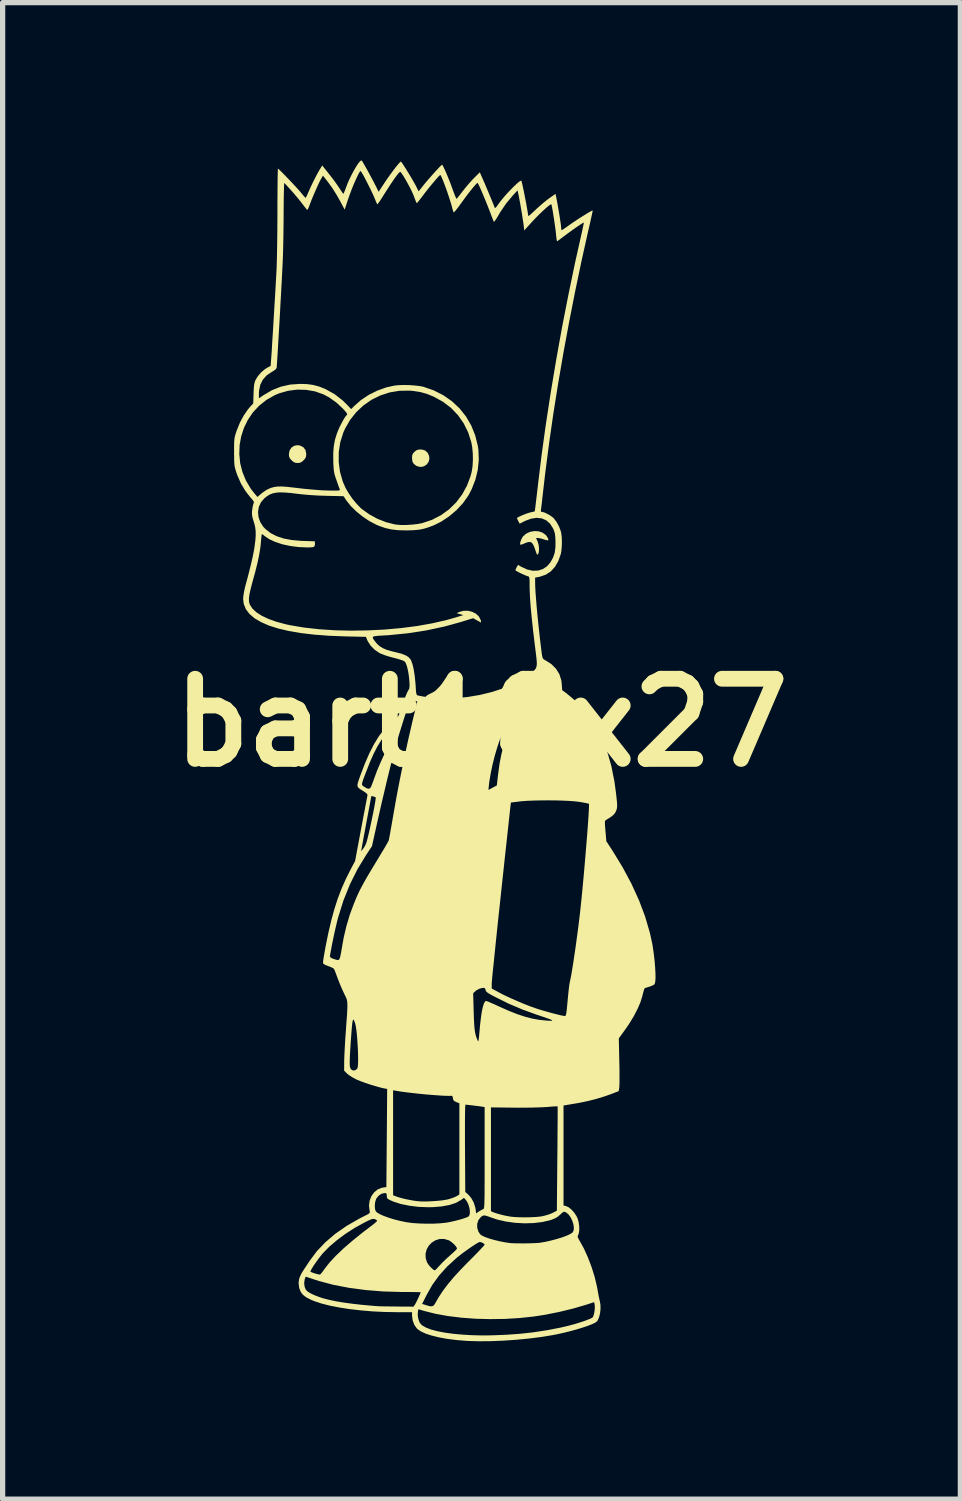
<source format=kicad_pcb>
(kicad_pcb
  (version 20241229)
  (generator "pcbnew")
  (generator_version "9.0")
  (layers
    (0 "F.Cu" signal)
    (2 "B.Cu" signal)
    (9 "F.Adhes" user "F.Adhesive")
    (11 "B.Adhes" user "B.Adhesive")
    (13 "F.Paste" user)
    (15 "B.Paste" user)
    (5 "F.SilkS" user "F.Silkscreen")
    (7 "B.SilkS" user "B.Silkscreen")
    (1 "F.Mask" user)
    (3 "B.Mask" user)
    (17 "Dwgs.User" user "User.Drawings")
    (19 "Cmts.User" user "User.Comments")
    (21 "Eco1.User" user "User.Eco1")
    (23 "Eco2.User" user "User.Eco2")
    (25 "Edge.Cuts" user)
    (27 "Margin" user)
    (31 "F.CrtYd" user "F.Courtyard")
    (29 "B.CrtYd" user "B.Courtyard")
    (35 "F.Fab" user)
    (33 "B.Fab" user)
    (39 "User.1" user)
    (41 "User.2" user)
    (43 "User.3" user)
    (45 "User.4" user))
  (footprint "bart18x27"
    (layer "F.Cu")
    (at 6.103 10.688)
    (property "Reference" "bart18x27" (at 0 0 0) (layer "F.SilkS") (effects (font (size 1.524 1.524) (thickness 0.3))))
    (attr board_only exclude_from_pos_files exclude_from_bom)
    (fp_poly (pts (xy -3.443 -5.266) (xy -3.382 -5.232) (xy -3.345 -5.18) (xy -3.331 -5.11) (xy -3.331 -5.105) (xy -3.335 -5.058) (xy -3.351 -5.022) (xy -3.382 -4.987) (xy -3.421 -4.954) (xy -3.458 -4.939) (xy -3.496 -4.936) (xy -3.542 -4.941) (xy -3.578 -4.959) (xy -3.61 -4.987) (xy -3.643 -5.025) (xy -3.658 -5.062) (xy -3.661 -5.105) (xy -3.648 -5.174) (xy -3.613 -5.228) (xy -3.562 -5.263) (xy -3.498 -5.275)) (stroke (width 0) (type solid)) (fill yes) (layer "F.SilkS"))
    (fp_poly (pts (xy -1.133 -5.192) (xy -1.071 -5.174) (xy -1.024 -5.132) (xy -0.996 -5.071) (xy -0.99 -5.018) (xy -1.004 -4.96) (xy -1.04 -4.909) (xy -1.092 -4.874) (xy -1.15 -4.861) (xy -1.199 -4.868) (xy -1.242 -4.884) (xy -1.246 -4.887) (xy -1.289 -4.923) (xy -1.312 -4.962) (xy -1.319 -5.016) (xy -1.32 -5.031) (xy -1.317 -5.081) (xy -1.302 -5.117) (xy -1.276 -5.147) (xy -1.237 -5.178) (xy -1.192 -5.192)) (stroke (width 0) (type solid)) (fill yes) (layer "F.SilkS"))
    (fp_poly (pts (xy 1.085 -3.638) (xy 1.158 -3.614) (xy 1.218 -3.572) (xy 1.245 -3.538) (xy 1.269 -3.494) (xy 1.273 -3.47) (xy 1.255 -3.465) (xy 1.212 -3.475) (xy 1.193 -3.482) (xy 1.141 -3.498) (xy 1.095 -3.508) (xy 1.074 -3.511) (xy 1.037 -3.511) (xy 1.066 -3.447) (xy 1.084 -3.39) (xy 1.093 -3.326) (xy 1.093 -3.265) (xy 1.083 -3.218) (xy 1.076 -3.205) (xy 1.064 -3.193) (xy 1.054 -3.198) (xy 1.043 -3.225) (xy 1.029 -3.266) (xy 1.001 -3.346) (xy 0.975 -3.399) (xy 0.946 -3.429) (xy 0.909 -3.436) (xy 0.862 -3.426) (xy 0.812 -3.405) (xy 0.772 -3.389) (xy 0.745 -3.382) (xy 0.739 -3.382) (xy 0.734 -3.405) (xy 0.742 -3.444) (xy 0.759 -3.488) (xy 0.782 -3.529) (xy 0.791 -3.542) (xy 0.852 -3.595) (xy 0.926 -3.628) (xy 1.005 -3.642)) (stroke (width 0) (type solid)) (fill yes) (layer "F.SilkS"))
    (fp_poly (pts (xy -2.267 -10.673) (xy -2.245 -10.636) (xy -2.214 -10.582) (xy -2.176 -10.515) (xy -2.136 -10.442) (xy -2.095 -10.365) (xy -2.055 -10.291) (xy -2.021 -10.224) (xy -2.006 -10.196) (xy -1.955 -10.092) (xy -1.843 -10.263) (xy -1.795 -10.334) (xy -1.743 -10.408) (xy -1.69 -10.48) (xy -1.641 -10.545) (xy -1.596 -10.601) (xy -1.561 -10.642) (xy -1.538 -10.664) (xy -1.532 -10.667) (xy -1.521 -10.655) (xy -1.497 -10.621) (xy -1.465 -10.572) (xy -1.426 -10.51) (xy -1.384 -10.442) (xy -1.341 -10.371) (xy -1.302 -10.304) (xy -1.268 -10.244) (xy -1.242 -10.196) (xy -1.237 -10.185) (xy -1.195 -10.1) (xy -1.098 -10.222) (xy -1.054 -10.276) (xy -1.002 -10.336) (xy -0.947 -10.399) (xy -0.892 -10.461) (xy -0.841 -10.516) (xy -0.798 -10.562) (xy -0.766 -10.593) (xy -0.749 -10.607) (xy -0.749 -10.607) (xy -0.738 -10.594) (xy -0.719 -10.557) (xy -0.693 -10.502) (xy -0.663 -10.433) (xy -0.631 -10.355) (xy -0.598 -10.273) (xy -0.567 -10.19) (xy -0.547 -10.134) (xy -0.522 -10.067) (xy -0.501 -10.012) (xy -0.484 -9.974) (xy -0.475 -9.958) (xy -0.474 -9.958) (xy -0.462 -9.971) (xy -0.435 -10.003) (xy -0.399 -10.049) (xy -0.356 -10.105) (xy -0.353 -10.108) (xy -0.297 -10.179) (xy -0.234 -10.253) (xy -0.173 -10.321) (xy -0.137 -10.358) (xy -0.032 -10.462) (xy 0.008 -10.373) (xy 0.033 -10.315) (xy 0.065 -10.243) (xy 0.099 -10.162) (xy 0.134 -10.078) (xy 0.168 -9.996) (xy 0.199 -9.922) (xy 0.224 -9.861) (xy 0.241 -9.818) (xy 0.247 -9.8) (xy 0.254 -9.786) (xy 0.263 -9.785) (xy 0.28 -9.801) (xy 0.307 -9.837) (xy 0.332 -9.872) (xy 0.376 -9.93) (xy 0.429 -9.994) (xy 0.487 -10.06) (xy 0.548 -10.125) (xy 0.607 -10.185) (xy 0.661 -10.236) (xy 0.706 -10.276) (xy 0.74 -10.299) (xy 0.758 -10.304) (xy 0.759 -10.303) (xy 0.764 -10.286) (xy 0.774 -10.245) (xy 0.787 -10.185) (xy 0.803 -10.111) (xy 0.819 -10.029) (xy 0.836 -9.943) (xy 0.852 -9.86) (xy 0.865 -9.784) (xy 0.876 -9.721) (xy 0.883 -9.676) (xy 0.885 -9.657) (xy 0.886 -9.641) (xy 0.892 -9.634) (xy 0.906 -9.64) (xy 0.931 -9.66) (xy 0.971 -9.696) (xy 1.029 -9.75) (xy 1.033 -9.755) (xy 1.101 -9.816) (xy 1.173 -9.878) (xy 1.241 -9.934) (xy 1.295 -9.974) (xy 1.408 -10.052) (xy 1.424 -9.973) (xy 1.437 -9.907) (xy 1.451 -9.828) (xy 1.466 -9.741) (xy 1.481 -9.653) (xy 1.494 -9.57) (xy 1.505 -9.497) (xy 1.512 -9.441) (xy 1.515 -9.408) (xy 1.515 -9.406) (xy 1.518 -9.375) (xy 1.524 -9.362) (xy 1.539 -9.37) (xy 1.573 -9.392) (xy 1.62 -9.424) (xy 1.655 -9.449) (xy 1.729 -9.501) (xy 1.806 -9.553) (xy 1.883 -9.603) (xy 1.955 -9.648) (xy 2.018 -9.687) (xy 2.068 -9.716) (xy 2.102 -9.734) (xy 2.115 -9.737) (xy 2.115 -9.736) (xy 2.112 -9.718) (xy 2.103 -9.675) (xy 2.089 -9.611) (xy 2.071 -9.53) (xy 2.05 -9.437) (xy 2.033 -9.365) (xy 1.904 -8.786) (xy 1.781 -8.199) (xy 1.665 -7.609) (xy 1.556 -7.02) (xy 1.456 -6.438) (xy 1.365 -5.865) (xy 1.285 -5.307) (xy 1.215 -4.769) (xy 1.163 -4.321) (xy 1.154 -4.239) (xy 1.146 -4.164) (xy 1.138 -4.103) (xy 1.133 -4.062) (xy 1.132 -4.055) (xy 1.129 -4.021) (xy 1.139 -4.007) (xy 1.151 -4.006) (xy 1.192 -3.997) (xy 1.245 -3.973) (xy 1.302 -3.941) (xy 1.352 -3.905) (xy 1.375 -3.884) (xy 1.427 -3.816) (xy 1.473 -3.732) (xy 1.507 -3.643) (xy 1.514 -3.615) (xy 1.525 -3.541) (xy 1.529 -3.451) (xy 1.527 -3.355) (xy 1.519 -3.266) (xy 1.508 -3.206) (xy 1.461 -3.073) (xy 1.397 -2.962) (xy 1.317 -2.875) (xy 1.221 -2.812) (xy 1.111 -2.775) (xy 1.108 -2.774) (xy 1.02 -2.757) (xy 1.02 -2.665) (xy 1.022 -2.581) (xy 1.028 -2.472) (xy 1.038 -2.342) (xy 1.05 -2.195) (xy 1.065 -2.034) (xy 1.082 -1.865) (xy 1.101 -1.691) (xy 1.121 -1.517) (xy 1.142 -1.347) (xy 1.142 -1.346) (xy 1.151 -1.283) (xy 1.159 -1.242) (xy 1.17 -1.218) (xy 1.186 -1.202) (xy 1.211 -1.187) (xy 1.215 -1.186) (xy 1.329 -1.113) (xy 1.417 -1.025) (xy 1.481 -0.922) (xy 1.518 -0.804) (xy 1.526 -0.736) (xy 1.534 -0.618) (xy 1.611 -0.562) (xy 1.798 -0.406) (xy 1.963 -0.233) (xy 2.107 -0.041) (xy 2.232 0.172) (xy 2.338 0.407) (xy 2.393 0.558) (xy 2.469 0.825) (xy 2.527 1.115) (xy 2.557 1.335) (xy 2.568 1.436) (xy 2.576 1.511) (xy 2.579 1.567) (xy 2.577 1.609) (xy 2.572 1.642) (xy 2.562 1.671) (xy 2.55 1.697) (xy 2.533 1.726) (xy 2.511 1.751) (xy 2.48 1.778) (xy 2.433 1.81) (xy 2.365 1.852) (xy 2.364 1.853) (xy 2.354 1.862) (xy 2.348 1.877) (xy 2.346 1.904) (xy 2.348 1.947) (xy 2.353 2.012) (xy 2.357 2.061) (xy 2.374 2.255) (xy 2.483 2.421) (xy 2.68 2.743) (xy 2.851 3.062) (xy 2.995 3.378) (xy 3.112 3.688) (xy 3.201 3.993) (xy 3.248 4.207) (xy 3.264 4.309) (xy 3.279 4.421) (xy 3.292 4.536) (xy 3.301 4.648) (xy 3.307 4.751) (xy 3.309 4.837) (xy 3.306 4.901) (xy 3.305 4.905) (xy 3.299 4.948) (xy 3.289 4.973) (xy 3.266 4.99) (xy 3.224 5.007) (xy 3.216 5.011) (xy 3.169 5.027) (xy 3.134 5.038) (xy 3.121 5.041) (xy 3.108 5.045) (xy 3.097 5.06) (xy 3.086 5.092) (xy 3.071 5.145) (xy 3.059 5.195) (xy 3.024 5.31) (xy 2.969 5.438) (xy 2.899 5.574) (xy 2.816 5.712) (xy 2.739 5.825) (xy 2.611 6.002) (xy 2.62 6.433) (xy 2.623 6.547) (xy 2.624 6.656) (xy 2.624 6.753) (xy 2.624 6.834) (xy 2.622 6.896) (xy 2.62 6.932) (xy 2.62 6.934) (xy 2.609 7.005) (xy 2.456 7.064) (xy 2.324 7.11) (xy 2.174 7.155) (xy 2.016 7.195) (xy 1.862 7.227) (xy 1.8 7.238) (xy 1.732 7.249) (xy 1.67 7.26) (xy 1.623 7.267) (xy 1.609 7.27) (xy 1.56 7.278) (xy 1.56 9.179) (xy 1.608 9.19) (xy 1.657 9.213) (xy 1.711 9.257) (xy 1.763 9.315) (xy 1.806 9.38) (xy 1.828 9.427) (xy 1.848 9.499) (xy 1.858 9.576) (xy 1.859 9.65) (xy 1.849 9.712) (xy 1.839 9.736) (xy 1.829 9.76) (xy 1.831 9.783) (xy 1.846 9.816) (xy 1.862 9.843) (xy 1.946 9.994) (xy 2.024 10.167) (xy 2.094 10.351) (xy 2.152 10.538) (xy 2.195 10.719) (xy 2.204 10.765) (xy 2.217 10.84) (xy 2.23 10.91) (xy 2.242 10.965) (xy 2.25 10.997) (xy 2.262 11.068) (xy 2.263 11.148) (xy 2.254 11.23) (xy 2.235 11.305) (xy 2.209 11.364) (xy 2.192 11.386) (xy 2.156 11.41) (xy 2.095 11.438) (xy 2.013 11.47) (xy 1.914 11.503) (xy 1.802 11.537) (xy 1.68 11.57) (xy 1.554 11.601) (xy 1.426 11.629) (xy 1.365 11.641) (xy 1.149 11.677) (xy 0.914 11.707) (xy 0.67 11.731) (xy 0.423 11.748) (xy 0.181 11.758) (xy -0.048 11.76) (xy -0.258 11.754) (xy -0.293 11.752) (xy -0.481 11.736) (xy -0.655 11.714) (xy -0.812 11.685) (xy -0.95 11.651) (xy -1.066 11.613) (xy -1.157 11.57) (xy -1.222 11.524) (xy -1.227 11.518) (xy -1.277 11.448) (xy -1.309 11.361) (xy -1.32 11.273) (xy -1.32 11.264) (xy -1.212 11.264) (xy -1.2 11.339) (xy -1.175 11.405) (xy -1.171 11.412) (xy -1.128 11.458) (xy -1.056 11.499) (xy -0.959 11.537) (xy -0.837 11.569) (xy -0.692 11.597) (xy -0.527 11.619) (xy -0.343 11.635) (xy -0.225 11.642) (xy -0.125 11.646) (xy -0.034 11.648) (xy 0.056 11.649) (xy 0.15 11.648) (xy 0.256 11.645) (xy 0.38 11.64) (xy 0.495 11.635) (xy 0.741 11.617) (xy 1 11.588) (xy 1.259 11.548) (xy 1.509 11.499) (xy 1.673 11.46) (xy 1.76 11.436) (xy 1.849 11.409) (xy 1.934 11.382) (xy 2.009 11.355) (xy 2.068 11.331) (xy 2.105 11.313) (xy 2.111 11.309) (xy 2.126 11.283) (xy 2.14 11.237) (xy 2.15 11.181) (xy 2.155 11.124) (xy 2.153 11.076) (xy 2.153 11.073) (xy 2.143 11.016) (xy 1.989 11.066) (xy 1.743 11.138) (xy 1.48 11.202) (xy 1.211 11.256) (xy 0.998 11.289) (xy 0.726 11.318) (xy 0.448 11.335) (xy 0.168 11.339) (xy -0.109 11.332) (xy -0.378 11.312) (xy -0.634 11.281) (xy -0.872 11.238) (xy -1.076 11.187) (xy -1.199 11.151) (xy -1.208 11.196) (xy -1.212 11.264) (xy -1.32 11.264) (xy -1.32 11.207) (xy -1.609 11.207) (xy -1.841 11.203) (xy -2.07 11.192) (xy -2.292 11.173) (xy -2.504 11.149) (xy -2.702 11.118) (xy -2.883 11.083) (xy -3.043 11.042) (xy -3.179 10.997) (xy -3.248 10.968) (xy -3.334 10.923) (xy -3.395 10.876) (xy -3.435 10.823) (xy -3.461 10.758) (xy -3.466 10.742) (xy -3.476 10.655) (xy -3.371 10.655) (xy -3.361 10.728) (xy -3.337 10.783) (xy -3.304 10.815) (xy -3.247 10.85) (xy -3.171 10.886) (xy -3.08 10.92) (xy -3.007 10.944) (xy -2.892 10.973) (xy -2.765 11) (xy -2.622 11.024) (xy -2.459 11.046) (xy -2.274 11.067) (xy -2.064 11.086) (xy -1.988 11.092) (xy -1.955 11.094) (xy -1.897 11.096) (xy -1.821 11.097) (xy -1.731 11.098) (xy -1.634 11.099) (xy -1.61 11.1) (xy -1.292 11.102) (xy -1.264 11.061) (xy -1.258 11.05) (xy -1.128 11.05) (xy -1.048 11.075) (xy -0.985 11.093) (xy -0.943 11.096) (xy -0.912 11.082) (xy -0.886 11.05) (xy -0.874 11.027) (xy -0.807 10.912) (xy -0.73 10.796) (xy -0.64 10.677) (xy -0.535 10.551) (xy -0.412 10.416) (xy -0.268 10.267) (xy -0.211 10.21) (xy -0.137 10.136) (xy -0.071 10.068) (xy -0.016 10.01) (xy 0.026 9.965) (xy 0.053 9.934) (xy 0.06 9.923) (xy 0.048 9.906) (xy 0.019 9.888) (xy -0.015 9.875) (xy -0.032 9.872) (xy -0.055 9.881) (xy -0.096 9.904) (xy -0.152 9.94) (xy -0.218 9.984) (xy -0.288 10.034) (xy -0.359 10.085) (xy -0.424 10.136) (xy -0.474 10.176) (xy -0.653 10.34) (xy -0.805 10.509) (xy -0.935 10.689) (xy -1.044 10.882) (xy -1.128 11.05) (xy -1.258 11.05) (xy -1.249 11.035) (xy -1.228 10.993) (xy -1.204 10.943) (xy -1.182 10.894) (xy -1.164 10.854) (xy -1.156 10.83) (xy -1.155 10.827) (xy -1.17 10.827) (xy -1.21 10.826) (xy -1.272 10.825) (xy -1.352 10.824) (xy -1.446 10.823) (xy -1.527 10.823) (xy -1.871 10.813) (xy -2.203 10.786) (xy -2.518 10.744) (xy -2.816 10.687) (xy -3.091 10.614) (xy -3.203 10.578) (xy -3.261 10.558) (xy -3.308 10.543) (xy -3.335 10.534) (xy -3.341 10.532) (xy -3.347 10.545) (xy -3.358 10.576) (xy -3.361 10.586) (xy -3.371 10.655) (xy -3.476 10.655) (xy -3.477 10.648) (xy -3.463 10.559) (xy -3.421 10.468) (xy -3.407 10.446) (xy -3.399 10.433) (xy -3.252 10.433) (xy -3.251 10.437) (xy -3.23 10.448) (xy -3.191 10.463) (xy -3.145 10.477) (xy -3.103 10.488) (xy -3.073 10.492) (xy -3.068 10.492) (xy -3.053 10.477) (xy -3.026 10.444) (xy -2.992 10.398) (xy -2.978 10.378) (xy -2.888 10.263) (xy -2.77 10.136) (xy -2.727 10.095) (xy -1.063 10.095) (xy -1.06 10.18) (xy -1.037 10.255) (xy -1.015 10.292) (xy -0.982 10.334) (xy -0.945 10.372) (xy -0.912 10.401) (xy -0.888 10.412) (xy -0.888 10.412) (xy -0.874 10.402) (xy -0.846 10.374) (xy -0.808 10.333) (xy -0.791 10.315) (xy -0.739 10.26) (xy -0.674 10.197) (xy -0.608 10.137) (xy -0.584 10.116) (xy -0.535 10.072) (xy -0.495 10.034) (xy -0.471 10.007) (xy -0.465 9.996) (xy -0.476 9.969) (xy -0.506 9.932) (xy -0.546 9.893) (xy -0.59 9.859) (xy -0.622 9.84) (xy -0.71 9.815) (xy -0.795 9.816) (xy -0.874 9.84) (xy -0.944 9.883) (xy -1.002 9.943) (xy -1.042 10.014) (xy -1.063 10.095) (xy -2.727 10.095) (xy -2.627 9.999) (xy -2.458 9.853) (xy -2.265 9.697) (xy -2.109 9.578) (xy -2.058 9.539) (xy -2.042 9.526) (xy -0.081 9.526) (xy -0.081 9.601) (xy -0.058 9.676) (xy -0.025 9.726) (xy 0.009 9.751) (xy 0.067 9.778) (xy 0.145 9.806) (xy 0.238 9.833) (xy 0.341 9.858) (xy 0.448 9.879) (xy 0.533 9.892) (xy 0.584 9.896) (xy 0.657 9.898) (xy 0.745 9.899) (xy 0.84 9.899) (xy 0.933 9.897) (xy 1.018 9.894) (xy 1.086 9.89) (xy 1.118 9.886) (xy 1.218 9.869) (xy 1.323 9.845) (xy 1.428 9.817) (xy 1.527 9.787) (xy 1.614 9.755) (xy 1.682 9.724) (xy 1.727 9.696) (xy 1.729 9.695) (xy 1.751 9.657) (xy 1.757 9.603) (xy 1.748 9.538) (xy 1.727 9.471) (xy 1.696 9.406) (xy 1.657 9.351) (xy 1.612 9.313) (xy 1.606 9.31) (xy 1.582 9.299) (xy 1.563 9.299) (xy 1.54 9.313) (xy 1.505 9.345) (xy 1.495 9.354) (xy 1.448 9.394) (xy 1.397 9.424) (xy 1.331 9.45) (xy 1.305 9.459) (xy 1.158 9.493) (xy 0.993 9.513) (xy 0.818 9.518) (xy 0.638 9.508) (xy 0.463 9.484) (xy 0.299 9.446) (xy 0.202 9.414) (xy 0.132 9.388) (xy 0.085 9.373) (xy 0.052 9.368) (xy 0.027 9.372) (xy 0.005 9.385) (xy -0.012 9.399) (xy -0.058 9.456) (xy -0.081 9.526) (xy -2.042 9.526) (xy -2.016 9.504) (xy -1.99 9.48) (xy -1.985 9.472) (xy -1.993 9.456) (xy -2.022 9.44) (xy -2.024 9.439) (xy -2.046 9.434) (xy -2.07 9.435) (xy -2.101 9.444) (xy -2.145 9.463) (xy -2.208 9.494) (xy -2.229 9.505) (xy -2.412 9.606) (xy -2.587 9.719) (xy -2.75 9.84) (xy -2.895 9.964) (xy -3.016 10.088) (xy -3.017 10.089) (xy -3.058 10.139) (xy -3.102 10.197) (xy -3.146 10.258) (xy -3.187 10.317) (xy -3.22 10.37) (xy -3.243 10.41) (xy -3.252 10.433) (xy -3.399 10.433) (xy -3.374 10.394) (xy -3.33 10.328) (xy -3.285 10.259) (xy -3.264 10.228) (xy -3.129 10.047) (xy -2.966 9.876) (xy -2.778 9.716) (xy -2.564 9.567) (xy -2.327 9.431) (xy -2.261 9.397) (xy -2.197 9.365) (xy -2.155 9.343) (xy -2.132 9.326) (xy -2.123 9.311) (xy -2.123 9.294) (xy -2.126 9.279) (xy -2.138 9.183) (xy -2.138 9.181) (xy -2.028 9.181) (xy -2.024 9.244) (xy -2.011 9.286) (xy -1.983 9.314) (xy -1.93 9.345) (xy -1.855 9.378) (xy -1.764 9.411) (xy -1.661 9.443) (xy -1.55 9.471) (xy -1.436 9.495) (xy -1.425 9.497) (xy -1.313 9.512) (xy -1.183 9.521) (xy -1.044 9.525) (xy -0.905 9.524) (xy -0.777 9.517) (xy -0.668 9.505) (xy -0.667 9.505) (xy -0.585 9.49) (xy -0.5 9.47) (xy -0.417 9.449) (xy -0.344 9.427) (xy -0.286 9.407) (xy -0.248 9.389) (xy -0.241 9.384) (xy -0.223 9.348) (xy -0.22 9.294) (xy -0.228 9.23) (xy -0.247 9.164) (xy -0.275 9.105) (xy -0.302 9.067) (xy -0.333 9.034) (xy -0.393 9.077) (xy -0.487 9.13) (xy -0.608 9.169) (xy -0.752 9.196) (xy -0.919 9.21) (xy -1.008 9.212) (xy -1.194 9.205) (xy -1.372 9.183) (xy -1.534 9.15) (xy -1.677 9.104) (xy -1.72 9.085) (xy -1.765 9.063) (xy -1.789 9.045) (xy -1.799 9.023) (xy -1.8 8.995) (xy -1.803 8.959) (xy -1.815 8.945) (xy -1.842 8.942) (xy -1.901 8.956) (xy -1.956 8.993) (xy -1.998 9.046) (xy -2.002 9.055) (xy -2.021 9.113) (xy -2.028 9.181) (xy -2.138 9.181) (xy -2.127 9.09) (xy -2.094 9.005) (xy -2.043 8.932) (xy -1.977 8.876) (xy -1.899 8.843) (xy -1.872 8.838) (xy -1.808 8.829) (xy -1.8 7.896) (xy -1.793 6.988) (xy -1.68 6.988) (xy -1.68 8.985) (xy -1.599 9.015) (xy -1.537 9.034) (xy -1.454 9.055) (xy -1.36 9.074) (xy -1.264 9.091) (xy -1.215 9.097) (xy -1.147 9.102) (xy -1.058 9.103) (xy -0.958 9.099) (xy -0.855 9.092) (xy -0.759 9.083) (xy -0.679 9.071) (xy -0.64 9.063) (xy -0.576 9.044) (xy -0.517 9.023) (xy -0.475 9.003) (xy -0.471 9.001) (xy -0.42 8.969) (xy -0.42 7.755) (xy -0.314 7.755) (xy -0.314 7.922) (xy -0.313 8.091) (xy -0.308 8.921) (xy -0.252 8.97) (xy -0.196 9.035) (xy -0.149 9.119) (xy -0.119 9.211) (xy -0.111 9.251) (xy -0.102 9.329) (xy -0.05 9.293) (xy -0.009 9.269) (xy 0.025 9.251) (xy 0.031 9.249) (xy 0.037 9.246) (xy 0.042 9.241) (xy 0.046 9.231) (xy 0.05 9.213) (xy 0.052 9.187) (xy 0.055 9.149) (xy 0.056 9.097) (xy 0.058 9.029) (xy 0.059 8.944) (xy 0.059 8.838) (xy 0.06 8.71) (xy 0.06 8.557) (xy 0.06 8.378) (xy 0.06 8.274) (xy 0.06 7.314) (xy 0.18 7.314) (xy 0.18 8.301) (xy 0.18 9.288) (xy 0.229 9.309) (xy 0.29 9.33) (xy 0.369 9.352) (xy 0.456 9.373) (xy 0.538 9.388) (xy 0.552 9.391) (xy 0.63 9.398) (xy 0.727 9.403) (xy 0.834 9.404) (xy 0.942 9.402) (xy 1.042 9.397) (xy 1.124 9.388) (xy 1.146 9.385) (xy 1.217 9.368) (xy 1.29 9.346) (xy 1.348 9.322) (xy 1.349 9.321) (xy 1.433 9.279) (xy 1.442 8.289) (xy 1.444 8.12) (xy 1.445 7.959) (xy 1.446 7.81) (xy 1.447 7.675) (xy 1.448 7.557) (xy 1.448 7.457) (xy 1.449 7.379) (xy 1.448 7.325) (xy 1.448 7.297) (xy 1.448 7.294) (xy 1.432 7.294) (xy 1.392 7.295) (xy 1.333 7.299) (xy 1.261 7.305) (xy 1.235 7.307) (xy 1.16 7.311) (xy 1.062 7.315) (xy 0.946 7.318) (xy 0.821 7.319) (xy 0.692 7.32) (xy 0.604 7.319) (xy 0.18 7.314) (xy 0.06 7.314) (xy 0.06 7.308) (xy 0.011 7.3) (xy -0.028 7.294) (xy -0.083 7.287) (xy -0.146 7.279) (xy -0.207 7.272) (xy -0.259 7.266) (xy -0.295 7.262) (xy -0.304 7.261) (xy -0.307 7.276) (xy -0.31 7.32) (xy -0.312 7.391) (xy -0.313 7.488) (xy -0.314 7.609) (xy -0.314 7.755) (xy -0.42 7.755) (xy -0.42 7.236) (xy -0.479 7.213) (xy -0.518 7.194) (xy -0.536 7.171) (xy -0.543 7.139) (xy -0.551 7.104) (xy -0.565 7.092) (xy -0.566 7.093) (xy -0.603 7.095) (xy -0.665 7.094) (xy -0.747 7.091) (xy -0.846 7.084) (xy -0.956 7.076) (xy -1.073 7.066) (xy -1.192 7.054) (xy -1.31 7.041) (xy -1.421 7.028) (xy -1.52 7.015) (xy -1.604 7.002) (xy -1.632 6.997) (xy -1.68 6.988) (xy -1.793 6.988) (xy -1.793 6.963) (xy -1.845 6.954) (xy -1.919 6.937) (xy -2.011 6.911) (xy -2.112 6.881) (xy -2.211 6.848) (xy -2.301 6.815) (xy -2.372 6.786) (xy -2.377 6.783) (xy -2.441 6.75) (xy -2.501 6.713) (xy -2.547 6.679) (xy -2.555 6.671) (xy -2.611 6.615) (xy -2.61 6.462) (xy -2.61 6.452) (xy -2.505 6.452) (xy -2.504 6.504) (xy -2.5 6.542) (xy -2.493 6.568) (xy -2.483 6.585) (xy -2.48 6.59) (xy -2.443 6.612) (xy -2.402 6.609) (xy -2.367 6.583) (xy -2.359 6.571) (xy -2.351 6.54) (xy -2.347 6.484) (xy -2.345 6.408) (xy -2.346 6.318) (xy -2.349 6.218) (xy -2.355 6.115) (xy -2.362 6.012) (xy -2.37 5.916) (xy -2.38 5.83) (xy -2.391 5.762) (xy -2.402 5.715) (xy -2.416 5.677) (xy -2.427 5.653) (xy -2.436 5.645) (xy -2.445 5.656) (xy -2.452 5.686) (xy -2.459 5.738) (xy -2.466 5.814) (xy -2.474 5.917) (xy -2.483 6.035) (xy -2.492 6.176) (xy -2.499 6.291) (xy -2.503 6.382) (xy -2.505 6.452) (xy -2.61 6.452) (xy -2.609 6.404) (xy -2.606 6.323) (xy -2.601 6.224) (xy -2.595 6.112) (xy -2.588 5.996) (xy -2.581 5.904) (xy -2.571 5.754) (xy -2.562 5.632) (xy -2.555 5.532) (xy -2.551 5.453) (xy -2.549 5.39) (xy -2.55 5.341) (xy -2.553 5.302) (xy -2.559 5.27) (xy -2.568 5.241) (xy -2.581 5.212) (xy -2.596 5.18) (xy -2.613 5.146) (xy -2.614 5.144) (xy -0.158 5.144) (xy -0.148 5.494) (xy -0.144 5.62) (xy -0.139 5.721) (xy -0.133 5.802) (xy -0.125 5.868) (xy -0.114 5.923) (xy -0.1 5.973) (xy -0.081 6.022) (xy -0.074 6.039) (xy -0.067 6.053) (xy -0.061 6.055) (xy -0.056 6.042) (xy -0.051 6.01) (xy -0.045 5.956) (xy -0.038 5.876) (xy -0.035 5.844) (xy -0.027 5.75) (xy -0.016 5.656) (xy -0.005 5.571) (xy 0.005 5.503) (xy 0.008 5.484) (xy 0.028 5.396) (xy 0.048 5.336) (xy 0.067 5.301) (xy 0.089 5.291) (xy 0.091 5.291) (xy 0.111 5.298) (xy 0.154 5.315) (xy 0.213 5.341) (xy 0.285 5.373) (xy 0.343 5.4) (xy 0.522 5.479) (xy 0.682 5.542) (xy 0.828 5.59) (xy 0.966 5.626) (xy 1.101 5.65) (xy 1.238 5.664) (xy 1.293 5.667) (xy 1.329 5.667) (xy 1.346 5.664) (xy 1.341 5.656) (xy 1.313 5.642) (xy 1.261 5.623) (xy 1.183 5.596) (xy 1.079 5.561) (xy 1.056 5.554) (xy 0.786 5.456) (xy 0.523 5.345) (xy 0.257 5.213) (xy 0.248 5.208) (xy 0.177 5.171) (xy 0.129 5.142) (xy 0.1 5.121) (xy 0.084 5.102) (xy 0.078 5.083) (xy 0.078 5.081) (xy 0.069 5.054) (xy 0.195 5.054) (xy 0.324 5.124) (xy 0.421 5.175) (xy 0.539 5.23) (xy 0.668 5.287) (xy 0.799 5.343) (xy 0.924 5.392) (xy 1.02 5.426) (xy 1.092 5.45) (xy 1.175 5.475) (xy 1.263 5.5) (xy 1.351 5.524) (xy 1.432 5.545) (xy 1.502 5.562) (xy 1.556 5.573) (xy 1.587 5.577) (xy 1.59 5.577) (xy 1.599 5.57) (xy 1.606 5.551) (xy 1.614 5.515) (xy 1.621 5.459) (xy 1.629 5.38) (xy 1.638 5.281) (xy 1.647 5.186) (xy 1.656 5.097) (xy 1.665 5.021) (xy 1.673 4.963) (xy 1.68 4.929) (xy 1.68 4.928) (xy 1.692 4.873) (xy 1.708 4.791) (xy 1.725 4.687) (xy 1.745 4.565) (xy 1.765 4.429) (xy 1.787 4.282) (xy 1.808 4.128) (xy 1.829 3.973) (xy 1.849 3.818) (xy 1.867 3.668) (xy 1.875 3.6) (xy 1.887 3.485) (xy 1.901 3.355) (xy 1.915 3.213) (xy 1.929 3.062) (xy 1.944 2.904) (xy 1.958 2.743) (xy 1.972 2.581) (xy 1.985 2.422) (xy 1.998 2.267) (xy 2.01 2.12) (xy 2.02 1.984) (xy 2.029 1.861) (xy 2.036 1.754) (xy 2.041 1.666) (xy 2.044 1.599) (xy 2.045 1.558) (xy 2.043 1.543) (xy 2.025 1.537) (xy 1.984 1.528) (xy 1.925 1.517) (xy 1.86 1.506) (xy 1.777 1.496) (xy 1.67 1.488) (xy 1.545 1.482) (xy 1.409 1.478) (xy 1.266 1.477) (xy 1.124 1.478) (xy 0.988 1.481) (xy 0.865 1.486) (xy 0.761 1.494) (xy 0.726 1.498) (xy 0.559 1.519) (xy 0.55 1.596) (xy 0.52 1.873) (xy 0.49 2.149) (xy 0.46 2.421) (xy 0.431 2.689) (xy 0.403 2.949) (xy 0.376 3.201) (xy 0.35 3.444) (xy 0.325 3.674) (xy 0.302 3.891) (xy 0.281 4.093) (xy 0.262 4.278) (xy 0.245 4.444) (xy 0.23 4.591) (xy 0.217 4.715) (xy 0.207 4.816) (xy 0.2 4.892) (xy 0.196 4.942) (xy 0.195 4.96) (xy 0.195 5.054) (xy 0.069 5.054) (xy 0.068 5.051) (xy 0.042 5.041) (xy 0.037 5.041) (xy -0.031 5.054) (xy -0.097 5.089) (xy -0.12 5.109) (xy -0.158 5.144) (xy -2.614 5.144) (xy -2.651 5.064) (xy -2.691 4.97) (xy -2.726 4.881) (xy -2.737 4.853) (xy -2.76 4.789) (xy -2.781 4.734) (xy -2.797 4.696) (xy -2.803 4.682) (xy -2.823 4.666) (xy -2.862 4.647) (xy -2.912 4.628) (xy -2.969 4.606) (xy -3.002 4.586) (xy -3.012 4.567) (xy -3.011 4.544) (xy -3.005 4.496) (xy -2.997 4.444) (xy -2.881 4.444) (xy -2.869 4.465) (xy -2.831 4.485) (xy -2.809 4.492) (xy -2.761 4.507) (xy -2.733 4.513) (xy -2.718 4.511) (xy -2.707 4.501) (xy -2.701 4.494) (xy -2.691 4.471) (xy -2.68 4.425) (xy -2.668 4.366) (xy -2.663 4.333) (xy -2.62 4.09) (xy -2.568 3.868) (xy -2.505 3.656) (xy -2.435 3.466) (xy -2.403 3.386) (xy -2.373 3.314) (xy -2.342 3.246) (xy -2.309 3.178) (xy -2.271 3.106) (xy -2.228 3.026) (xy -2.176 2.936) (xy -2.114 2.831) (xy -2.04 2.708) (xy -1.958 2.573) (xy -1.906 2.486) (xy -1.858 2.407) (xy -1.818 2.339) (xy -1.788 2.286) (xy -1.769 2.252) (xy -1.765 2.243) (xy -1.759 2.221) (xy -1.75 2.174) (xy -1.737 2.104) (xy -1.722 2.018) (xy -1.704 1.917) (xy -1.685 1.807) (xy -1.68 1.778) (xy -1.619 1.432) (xy -1.59 1.279) (xy 0.132 1.279) (xy 0.212 1.236) (xy 0.292 1.193) (xy 0.317 0.975) (xy 0.345 0.773) (xy 0.381 0.589) (xy 0.427 0.416) (xy 0.486 0.245) (xy 0.561 0.068) (xy 0.633 -0.083) (xy 0.738 -0.293) (xy 0.676 -0.233) (xy 0.625 -0.175) (xy 0.567 -0.098) (xy 0.509 -0.007) (xy 0.453 0.089) (xy 0.41 0.175) (xy 0.356 0.305) (xy 0.304 0.456) (xy 0.255 0.622) (xy 0.211 0.793) (xy 0.176 0.963) (xy 0.149 1.122) (xy 0.142 1.183) (xy 0.132 1.279) (xy -1.59 1.279) (xy -1.549 1.068) (xy -1.473 0.696) (xy -1.393 0.325) (xy -1.31 -0.034) (xy -1.27 -0.198) (xy -1.22 -0.403) (xy -1.281 -0.418) (xy -1.321 -0.426) (xy -1.348 -0.425) (xy -1.352 -0.423) (xy -1.361 -0.404) (xy -1.377 -0.361) (xy -1.4 -0.298) (xy -1.426 -0.219) (xy -1.456 -0.129) (xy -1.487 -0.032) (xy -1.518 0.067) (xy -1.548 0.163) (xy -1.576 0.254) (xy -1.585 0.285) (xy -1.628 0.439) (xy -1.676 0.619) (xy -1.728 0.82) (xy -1.782 1.038) (xy -1.837 1.27) (xy -1.894 1.51) (xy -1.95 1.756) (xy -1.965 1.823) (xy -2.082 2.349) (xy -2.188 2.508) (xy -2.354 2.78) (xy -2.5 3.072) (xy -2.624 3.38) (xy -2.724 3.7) (xy -2.744 3.776) (xy -2.761 3.848) (xy -2.781 3.933) (xy -2.801 4.025) (xy -2.821 4.12) (xy -2.84 4.212) (xy -2.856 4.296) (xy -2.869 4.366) (xy -2.878 4.417) (xy -2.881 4.444) (xy -2.997 4.444) (xy -2.994 4.429) (xy -2.98 4.348) (xy -2.964 4.258) (xy -2.963 4.253) (xy -2.91 3.993) (xy -2.855 3.758) (xy -2.796 3.543) (xy -2.732 3.344) (xy -2.66 3.156) (xy -2.58 2.975) (xy -2.49 2.796) (xy -2.402 2.629) (xy -2.368 2.445) (xy -2.288 2.445) (xy -2.279 2.434) (xy -2.257 2.406) (xy -2.236 2.377) (xy -2.219 2.35) (xy -2.204 2.321) (xy -2.189 2.284) (xy -2.174 2.234) (xy -2.158 2.169) (xy -2.137 2.082) (xy -2.115 1.982) (xy -2.084 1.837) (xy -2.058 1.711) (xy -2.037 1.604) (xy -2.022 1.52) (xy -2.013 1.46) (xy -2.01 1.425) (xy -2.012 1.419) (xy -2.03 1.411) (xy -2.055 1.403) (xy -2.093 1.394) (xy -2.192 1.92) (xy -2.214 2.041) (xy -2.235 2.152) (xy -2.253 2.25) (xy -2.268 2.332) (xy -2.279 2.394) (xy -2.286 2.433) (xy -2.288 2.445) (xy -2.368 2.445) (xy -2.289 2.023) (xy -2.264 1.891) (xy -2.241 1.768) (xy -2.219 1.656) (xy -2.201 1.559) (xy -2.186 1.48) (xy -2.175 1.423) (xy -2.169 1.391) (xy -2.168 1.386) (xy -2.169 1.365) (xy -2.185 1.344) (xy -2.221 1.318) (xy -2.248 1.3) (xy -2.298 1.269) (xy -2.333 1.244) (xy -2.352 1.22) (xy -2.359 1.19) (xy -2.356 1.176) (xy -2.271 1.176) (xy -2.265 1.192) (xy -2.253 1.203) (xy -2.234 1.216) (xy -2.225 1.222) (xy -2.175 1.251) (xy -2.139 1.257) (xy -2.113 1.241) (xy -2.096 1.211) (xy -2.08 1.171) (xy -2.059 1.116) (xy -2.041 1.065) (xy -1.986 0.915) (xy -1.915 0.748) (xy -1.832 0.568) (xy -1.819 0.54) (xy -1.787 0.471) (xy -1.754 0.394) (xy -1.723 0.314) (xy -1.694 0.235) (xy -1.67 0.164) (xy -1.653 0.106) (xy -1.644 0.064) (xy -1.645 0.046) (xy -1.658 0.052) (xy -1.686 0.077) (xy -1.725 0.114) (xy -1.75 0.14) (xy -1.834 0.236) (xy -1.91 0.341) (xy -1.982 0.459) (xy -2.052 0.596) (xy -2.122 0.754) (xy -2.179 0.9) (xy -2.216 0.995) (xy -2.243 1.066) (xy -2.26 1.118) (xy -2.27 1.153) (xy -2.271 1.176) (xy -2.356 1.176) (xy -2.352 1.15) (xy -2.334 1.093) (xy -2.306 1.013) (xy -2.302 1.002) (xy -2.216 0.777) (xy -2.131 0.581) (xy -2.044 0.411) (xy -1.955 0.265) (xy -1.863 0.142) (xy -1.766 0.04) (xy -1.682 -0.03) (xy -1.63 -0.07) (xy -1.597 -0.102) (xy -1.576 -0.133) (xy -1.56 -0.174) (xy -1.554 -0.191) (xy -1.527 -0.275) (xy -1.497 -0.36) (xy -1.467 -0.441) (xy -1.438 -0.514) (xy -1.413 -0.573) (xy -1.393 -0.612) (xy -1.383 -0.626) (xy -1.372 -0.652) (xy -1.367 -0.7) (xy -1.369 -0.765) (xy -1.375 -0.84) (xy -1.385 -0.92) (xy -1.399 -0.998) (xy -1.416 -1.067) (xy -1.435 -1.122) (xy -1.453 -1.155) (xy -1.477 -1.173) (xy -1.525 -1.192) (xy -1.597 -1.214) (xy -1.665 -1.232) (xy -1.748 -1.254) (xy -1.829 -1.279) (xy -1.897 -1.305) (xy -1.94 -1.324) (xy -2.029 -1.385) (xy -2.105 -1.461) (xy -2.161 -1.547) (xy -2.17 -1.566) (xy -2.197 -1.631) (xy -2.595 -1.64) (xy -2.898 -1.652) (xy -3.177 -1.673) (xy -3.432 -1.703) (xy -3.66 -1.742) (xy -3.864 -1.79) (xy -4.041 -1.846) (xy -4.191 -1.912) (xy -4.315 -1.985) (xy -4.411 -2.067) (xy -4.479 -2.157) (xy -4.519 -2.255) (xy -4.527 -2.32) (xy -4.421 -2.32) (xy -4.415 -2.279) (xy -4.404 -2.246) (xy -4.357 -2.171) (xy -4.28 -2.099) (xy -4.178 -2.033) (xy -4.049 -1.972) (xy -3.898 -1.918) (xy -3.723 -1.871) (xy -3.64 -1.853) (xy -3.374 -1.808) (xy -3.088 -1.776) (xy -2.786 -1.756) (xy -2.475 -1.749) (xy -2.157 -1.754) (xy -1.84 -1.77) (xy -1.528 -1.798) (xy -1.225 -1.837) (xy -0.938 -1.888) (xy -0.671 -1.949) (xy -0.53 -1.989) (xy -0.462 -2.009) (xy -0.406 -2.026) (xy -0.366 -2.038) (xy -0.349 -2.042) (xy -0.355 -2.046) (xy -0.383 -2.056) (xy -0.405 -2.062) (xy -0.473 -2.081) (xy -0.417 -2.106) (xy -0.338 -2.127) (xy -0.256 -2.127) (xy -0.176 -2.107) (xy -0.105 -2.071) (xy -0.05 -2.02) (xy -0.017 -1.957) (xy -0.016 -1.954) (xy -0.008 -1.922) (xy -0.008 -1.906) (xy -0.009 -1.905) (xy -0.024 -1.912) (xy -0.057 -1.929) (xy -0.087 -1.946) (xy -0.159 -1.986) (xy -0.383 -1.916) (xy -0.705 -1.827) (xy -1.046 -1.754) (xy -1.401 -1.699) (xy -1.763 -1.663) (xy -1.887 -1.656) (xy -1.968 -1.651) (xy -2.023 -1.645) (xy -2.055 -1.637) (xy -2.067 -1.624) (xy -2.063 -1.605) (xy -2.048 -1.578) (xy -2.046 -1.575) (xy -1.997 -1.511) (xy -1.943 -1.459) (xy -1.879 -1.418) (xy -1.8 -1.384) (xy -1.699 -1.355) (xy -1.619 -1.336) (xy -1.518 -1.31) (xy -1.442 -1.28) (xy -1.387 -1.246) (xy -1.349 -1.203) (xy -1.336 -1.179) (xy -1.311 -1.11) (xy -1.289 -1.016) (xy -1.271 -0.902) (xy -1.257 -0.773) (xy -1.251 -0.7) (xy -1.247 -0.625) (xy -1.242 -0.575) (xy -1.236 -0.544) (xy -1.228 -0.527) (xy -1.216 -0.519) (xy -1.204 -0.515) (xy -1.103 -0.496) (xy -0.979 -0.481) (xy -0.84 -0.471) (xy -0.693 -0.467) (xy -0.544 -0.468) (xy -0.4 -0.474) (xy -0.27 -0.487) (xy -0.263 -0.488) (xy -0.031 -0.527) (xy 0.191 -0.581) (xy 0.4 -0.648) (xy 0.592 -0.728) (xy 0.762 -0.819) (xy 0.899 -0.912) (xy 0.947 -0.948) (xy 0.985 -0.978) (xy 1.014 -1.005) (xy 1.034 -1.033) (xy 1.046 -1.066) (xy 1.052 -1.108) (xy 1.051 -1.163) (xy 1.044 -1.234) (xy 1.033 -1.327) (xy 1.018 -1.444) (xy 1.013 -1.486) (xy 0.982 -1.746) (xy 0.957 -1.978) (xy 0.937 -2.182) (xy 0.924 -2.358) (xy 0.917 -2.507) (xy 0.915 -2.598) (xy 0.915 -2.673) (xy 0.913 -2.723) (xy 0.91 -2.754) (xy 0.903 -2.771) (xy 0.892 -2.78) (xy 0.881 -2.783) (xy 0.84 -2.798) (xy 0.789 -2.82) (xy 0.737 -2.844) (xy 0.691 -2.868) (xy 0.658 -2.887) (xy 0.645 -2.899) (xy 0.652 -2.921) (xy 0.669 -2.954) (xy 0.67 -2.956) (xy 0.695 -2.999) (xy 0.757 -2.963) (xy 0.867 -2.912) (xy 0.975 -2.888) (xy 1.076 -2.891) (xy 1.168 -2.92) (xy 1.249 -2.975) (xy 1.312 -3.05) (xy 1.361 -3.138) (xy 1.392 -3.23) (xy 1.406 -3.334) (xy 1.407 -3.456) (xy 1.403 -3.534) (xy 1.396 -3.591) (xy 1.383 -3.638) (xy 1.365 -3.684) (xy 1.36 -3.694) (xy 1.303 -3.783) (xy 1.232 -3.846) (xy 1.148 -3.883) (xy 1.051 -3.894) (xy 0.944 -3.878) (xy 0.828 -3.835) (xy 0.809 -3.825) (xy 0.726 -3.783) (xy 0.698 -3.835) (xy 0.682 -3.868) (xy 0.676 -3.889) (xy 0.676 -3.892) (xy 0.705 -3.91) (xy 0.753 -3.933) (xy 0.811 -3.957) (xy 0.87 -3.979) (xy 0.921 -3.995) (xy 0.927 -3.996) (xy 1.013 -4.016) (xy 1.024 -4.097) (xy 1.029 -4.136) (xy 1.036 -4.199) (xy 1.046 -4.281) (xy 1.057 -4.375) (xy 1.069 -4.477) (xy 1.073 -4.516) (xy 1.143 -5.087) (xy 1.225 -5.679) (xy 1.318 -6.285) (xy 1.421 -6.901) (xy 1.532 -7.518) (xy 1.652 -8.131) (xy 1.777 -8.734) (xy 1.897 -9.271) (xy 1.915 -9.35) (xy 1.929 -9.418) (xy 1.94 -9.47) (xy 1.945 -9.501) (xy 1.945 -9.507) (xy 1.931 -9.501) (xy 1.898 -9.481) (xy 1.849 -9.448) (xy 1.79 -9.408) (xy 1.724 -9.361) (xy 1.657 -9.313) (xy 1.593 -9.265) (xy 1.559 -9.24) (xy 1.509 -9.202) (xy 1.469 -9.172) (xy 1.443 -9.155) (xy 1.437 -9.152) (xy 1.432 -9.166) (xy 1.426 -9.202) (xy 1.42 -9.255) (xy 1.418 -9.276) (xy 1.413 -9.328) (xy 1.404 -9.397) (xy 1.393 -9.475) (xy 1.381 -9.559) (xy 1.368 -9.641) (xy 1.356 -9.717) (xy 1.344 -9.782) (xy 1.335 -9.829) (xy 1.329 -9.853) (xy 1.328 -9.855) (xy 1.312 -9.85) (xy 1.279 -9.827) (xy 1.232 -9.788) (xy 1.175 -9.736) (xy 1.111 -9.675) (xy 1.043 -9.607) (xy 0.974 -9.535) (xy 0.92 -9.476) (xy 0.813 -9.357) (xy 0.803 -9.446) (xy 0.795 -9.505) (xy 0.782 -9.586) (xy 0.768 -9.68) (xy 0.751 -9.779) (xy 0.735 -9.874) (xy 0.719 -9.959) (xy 0.707 -10.024) (xy 0.704 -10.037) (xy 0.686 -10.119) (xy 0.596 -10.022) (xy 0.47 -9.871) (xy 0.357 -9.705) (xy 0.31 -9.625) (xy 0.28 -9.576) (xy 0.255 -9.54) (xy 0.239 -9.522) (xy 0.235 -9.522) (xy 0.227 -9.541) (xy 0.211 -9.581) (xy 0.189 -9.637) (xy 0.168 -9.694) (xy 0.134 -9.781) (xy 0.098 -9.872) (xy 0.061 -9.963) (xy 0.025 -10.049) (xy -0.008 -10.126) (xy -0.036 -10.189) (xy -0.058 -10.235) (xy -0.072 -10.259) (xy -0.075 -10.262) (xy -0.091 -10.25) (xy -0.122 -10.217) (xy -0.165 -10.167) (xy -0.217 -10.102) (xy -0.276 -10.026) (xy -0.338 -9.942) (xy -0.38 -9.884) (xy -0.427 -9.819) (xy -0.468 -9.765) (xy -0.501 -9.725) (xy -0.521 -9.703) (xy -0.526 -9.7) (xy -0.536 -9.717) (xy -0.548 -9.754) (xy -0.556 -9.786) (xy -0.572 -9.845) (xy -0.594 -9.917) (xy -0.62 -9.998) (xy -0.649 -10.084) (xy -0.679 -10.168) (xy -0.708 -10.247) (xy -0.735 -10.315) (xy -0.758 -10.369) (xy -0.775 -10.403) (xy -0.783 -10.412) (xy -0.798 -10.401) (xy -0.828 -10.37) (xy -0.869 -10.323) (xy -0.919 -10.264) (xy -0.975 -10.197) (xy -1.032 -10.126) (xy -1.088 -10.054) (xy -1.106 -10.029) (xy -1.15 -9.972) (xy -1.187 -9.924) (xy -1.215 -9.891) (xy -1.228 -9.876) (xy -1.229 -9.876) (xy -1.237 -9.887) (xy -1.252 -9.921) (xy -1.271 -9.971) (xy -1.28 -9.996) (xy -1.3 -10.046) (xy -1.328 -10.108) (xy -1.363 -10.178) (xy -1.402 -10.25) (xy -1.441 -10.32) (xy -1.478 -10.382) (xy -1.51 -10.431) (xy -1.534 -10.463) (xy -1.546 -10.472) (xy -1.563 -10.46) (xy -1.593 -10.425) (xy -1.634 -10.371) (xy -1.684 -10.3) (xy -1.74 -10.216) (xy -1.8 -10.123) (xy -1.847 -10.049) (xy -1.89 -9.981) (xy -1.927 -9.923) (xy -1.957 -9.881) (xy -1.976 -9.857) (xy -1.982 -9.854) (xy -1.991 -9.873) (xy -2.008 -9.911) (xy -2.025 -9.954) (xy -2.046 -10.004) (xy -2.075 -10.067) (xy -2.109 -10.139) (xy -2.147 -10.215) (xy -2.185 -10.29) (xy -2.221 -10.36) (xy -2.253 -10.418) (xy -2.279 -10.461) (xy -2.295 -10.485) (xy -2.298 -10.487) (xy -2.312 -10.474) (xy -2.335 -10.437) (xy -2.363 -10.38) (xy -2.396 -10.308) (xy -2.432 -10.226) (xy -2.467 -10.138) (xy -2.501 -10.048) (xy -2.529 -9.97) (xy -2.601 -9.753) (xy -2.681 -9.904) (xy -2.755 -10.035) (xy -2.828 -10.152) (xy -2.911 -10.268) (xy -2.945 -10.312) (xy -3.013 -10.399) (xy -3.054 -10.33) (xy -3.079 -10.282) (xy -3.111 -10.214) (xy -3.148 -10.131) (xy -3.187 -10.041) (xy -3.225 -9.95) (xy -3.258 -9.865) (xy -3.271 -9.83) (xy -3.289 -9.784) (xy -3.305 -9.755) (xy -3.315 -9.747) (xy -3.315 -9.747) (xy -3.328 -9.764) (xy -3.355 -9.798) (xy -3.392 -9.845) (xy -3.424 -9.887) (xy -3.464 -9.938) (xy -3.512 -9.996) (xy -3.565 -10.058) (xy -3.618 -10.119) (xy -3.667 -10.173) (xy -3.708 -10.218) (xy -3.737 -10.248) (xy -3.75 -10.258) (xy -3.752 -10.245) (xy -3.754 -10.204) (xy -3.755 -10.14) (xy -3.757 -10.055) (xy -3.759 -9.954) (xy -3.76 -9.838) (xy -3.761 -9.711) (xy -3.761 -9.673) (xy -3.762 -9.526) (xy -3.764 -9.373) (xy -3.766 -9.22) (xy -3.769 -9.075) (xy -3.772 -8.942) (xy -3.776 -8.828) (xy -3.779 -8.754) (xy -3.784 -8.657) (xy -3.79 -8.542) (xy -3.796 -8.413) (xy -3.804 -8.272) (xy -3.812 -8.123) (xy -3.821 -7.968) (xy -3.829 -7.811) (xy -3.838 -7.654) (xy -3.847 -7.5) (xy -3.856 -7.353) (xy -3.864 -7.214) (xy -3.871 -7.088) (xy -3.878 -6.977) (xy -3.884 -6.884) (xy -3.889 -6.813) (xy -3.892 -6.765) (xy -3.894 -6.744) (xy -3.894 -6.744) (xy -3.911 -6.719) (xy -3.951 -6.688) (xy -3.984 -6.669) (xy -4.084 -6.602) (xy -4.157 -6.52) (xy -4.205 -6.423) (xy -4.228 -6.309) (xy -4.231 -6.253) (xy -4.231 -6.166) (xy -4.143 -6.226) (xy -3.981 -6.321) (xy -3.814 -6.387) (xy -3.637 -6.427) (xy -3.451 -6.44) (xy -3.315 -6.436) (xy -3.198 -6.42) (xy -3.087 -6.39) (xy -2.971 -6.344) (xy -2.961 -6.339) (xy -2.794 -6.246) (xy -2.641 -6.127) (xy -2.57 -6.058) (xy -2.477 -5.961) (xy -2.42 -6.019) (xy -2.293 -6.131) (xy -2.145 -6.23) (xy -1.981 -6.312) (xy -1.811 -6.373) (xy -1.659 -6.407) (xy -1.575 -6.416) (xy -1.474 -6.419) (xy -1.366 -6.417) (xy -1.261 -6.409) (xy -1.167 -6.398) (xy -1.104 -6.385) (xy -0.905 -6.316) (xy -0.723 -6.223) (xy -0.56 -6.109) (xy -0.416 -5.974) (xy -0.294 -5.82) (xy -0.195 -5.65) (xy -0.12 -5.464) (xy -0.07 -5.265) (xy -0.058 -5.181) (xy -0.051 -4.996) (xy -0.07 -4.806) (xy -0.116 -4.618) (xy -0.186 -4.438) (xy -0.249 -4.318) (xy -0.35 -4.175) (xy -0.474 -4.041) (xy -0.616 -3.921) (xy -0.768 -3.82) (xy -0.906 -3.752) (xy -1.006 -3.714) (xy -1.097 -3.686) (xy -1.187 -3.668) (xy -1.287 -3.659) (xy -1.405 -3.655) (xy -1.44 -3.655) (xy -1.586 -3.659) (xy -1.711 -3.673) (xy -1.826 -3.699) (xy -1.94 -3.738) (xy -2.004 -3.765) (xy -2.132 -3.833) (xy -2.259 -3.918) (xy -2.379 -4.015) (xy -2.484 -4.118) (xy -2.567 -4.222) (xy -2.575 -4.234) (xy -2.622 -4.305) (xy -2.935 -4.312) (xy -3.097 -4.317) (xy -3.258 -4.327) (xy -3.407 -4.34) (xy -3.488 -4.349) (xy -3.627 -4.366) (xy -3.741 -4.375) (xy -3.834 -4.378) (xy -3.911 -4.371) (xy -3.975 -4.357) (xy -4.032 -4.333) (xy -4.085 -4.299) (xy -4.13 -4.262) (xy -4.193 -4.188) (xy -4.233 -4.101) (xy -4.248 -4.006) (xy -4.239 -3.909) (xy -4.206 -3.814) (xy -4.149 -3.725) (xy -4.104 -3.678) (xy -4.007 -3.603) (xy -3.894 -3.545) (xy -3.762 -3.501) (xy -3.608 -3.472) (xy -3.431 -3.456) (xy -3.394 -3.455) (xy -3.166 -3.447) (xy -3.166 -3.398) (xy -3.169 -3.367) (xy -3.181 -3.347) (xy -3.209 -3.336) (xy -3.257 -3.332) (xy -3.313 -3.331) (xy -3.477 -3.338) (xy -3.636 -3.359) (xy -3.785 -3.391) (xy -3.919 -3.435) (xy -4.034 -3.488) (xy -4.122 -3.547) (xy -4.152 -3.572) (xy -4.172 -3.585) (xy -4.174 -3.586) (xy -4.179 -3.572) (xy -4.183 -3.535) (xy -4.189 -3.481) (xy -4.191 -3.453) (xy -4.203 -3.33) (xy -4.225 -3.195) (xy -4.257 -3.042) (xy -4.3 -2.869) (xy -4.336 -2.738) (xy -4.37 -2.613) (xy -4.395 -2.513) (xy -4.412 -2.433) (xy -4.42 -2.37) (xy -4.421 -2.32) (xy -4.527 -2.32) (xy -4.531 -2.349) (xy -4.526 -2.411) (xy -4.514 -2.487) (xy -4.497 -2.567) (xy -4.493 -2.583) (xy -4.445 -2.761) (xy -4.406 -2.913) (xy -4.374 -3.044) (xy -4.349 -3.154) (xy -4.33 -3.249) (xy -4.316 -3.33) (xy -4.314 -3.344) (xy -4.299 -3.463) (xy -4.292 -3.561) (xy -4.293 -3.643) (xy -4.302 -3.716) (xy -4.319 -3.788) (xy -4.33 -3.822) (xy -4.351 -3.891) (xy -4.362 -3.947) (xy -4.363 -4) (xy -4.361 -4.03) (xy -4.353 -4.086) (xy -4.343 -4.136) (xy -4.335 -4.16) (xy -4.327 -4.182) (xy -4.329 -4.202) (xy -4.344 -4.227) (xy -4.375 -4.263) (xy -4.395 -4.285) (xy -4.488 -4.405) (xy -4.572 -4.545) (xy -4.639 -4.698) (xy -4.655 -4.741) (xy -4.672 -4.794) (xy -4.684 -4.837) (xy -4.693 -4.878) (xy -4.698 -4.923) (xy -4.701 -4.979) (xy -4.702 -5.052) (xy -4.703 -5.104) (xy -4.604 -5.104) (xy -4.587 -4.933) (xy -4.544 -4.764) (xy -4.477 -4.601) (xy -4.384 -4.445) (xy -4.313 -4.354) (xy -4.258 -4.291) (xy -4.192 -4.349) (xy -4.14 -4.389) (xy -4.083 -4.426) (xy -4.055 -4.441) (xy -3.996 -4.465) (xy -3.937 -4.481) (xy -3.871 -4.489) (xy -3.793 -4.49) (xy -3.697 -4.483) (xy -3.588 -4.471) (xy -3.375 -4.446) (xy -3.189 -4.429) (xy -3.027 -4.417) (xy -2.887 -4.412) (xy -2.838 -4.411) (xy -2.768 -4.411) (xy -2.724 -4.413) (xy -2.7 -4.417) (xy -2.691 -4.424) (xy -2.693 -4.436) (xy -2.694 -4.437) (xy -2.704 -4.462) (xy -2.721 -4.508) (xy -2.742 -4.567) (xy -2.758 -4.613) (xy -2.78 -4.677) (xy -2.795 -4.73) (xy -2.805 -4.781) (xy -2.811 -4.838) (xy -2.815 -4.911) (xy -2.817 -4.953) (xy -2.714 -4.953) (xy -2.689 -4.765) (xy -2.636 -4.582) (xy -2.583 -4.46) (xy -2.525 -4.361) (xy -2.454 -4.258) (xy -2.375 -4.162) (xy -2.297 -4.081) (xy -2.271 -4.059) (xy -2.131 -3.959) (xy -1.975 -3.874) (xy -1.81 -3.81) (xy -1.647 -3.769) (xy -1.628 -3.766) (xy -1.536 -3.758) (xy -1.428 -3.758) (xy -1.314 -3.765) (xy -1.205 -3.778) (xy -1.124 -3.794) (xy -0.94 -3.856) (xy -0.77 -3.944) (xy -0.617 -4.054) (xy -0.482 -4.186) (xy -0.367 -4.338) (xy -0.275 -4.507) (xy -0.206 -4.691) (xy -0.186 -4.769) (xy -0.17 -4.871) (xy -0.163 -4.99) (xy -0.165 -5.116) (xy -0.176 -5.237) (xy -0.193 -5.33) (xy -0.253 -5.518) (xy -0.338 -5.69) (xy -0.447 -5.846) (xy -0.578 -5.983) (xy -0.732 -6.1) (xy -0.903 -6.195) (xy -1.035 -6.249) (xy -1.162 -6.285) (xy -1.298 -6.306) (xy -1.368 -6.312) (xy -1.56 -6.309) (xy -1.746 -6.278) (xy -1.923 -6.22) (xy -2.09 -6.138) (xy -2.242 -6.032) (xy -2.378 -5.906) (xy -2.495 -5.759) (xy -2.591 -5.594) (xy -2.627 -5.513) (xy -2.684 -5.332) (xy -2.713 -5.144) (xy -2.714 -4.953) (xy -2.817 -4.953) (xy -2.817 -4.975) (xy -2.818 -5.124) (xy -2.808 -5.253) (xy -2.787 -5.371) (xy -2.752 -5.487) (xy -2.731 -5.542) (xy -2.705 -5.603) (xy -2.673 -5.668) (xy -2.639 -5.732) (xy -2.608 -5.787) (xy -2.581 -5.826) (xy -2.565 -5.844) (xy -2.554 -5.855) (xy -2.555 -5.872) (xy -2.571 -5.897) (xy -2.604 -5.937) (xy -2.636 -5.971) (xy -2.759 -6.086) (xy -2.897 -6.184) (xy -3.007 -6.242) (xy -3.165 -6.298) (xy -3.334 -6.327) (xy -3.507 -6.331) (xy -3.68 -6.308) (xy -3.848 -6.26) (xy -3.929 -6.226) (xy -4.087 -6.136) (xy -4.226 -6.026) (xy -4.344 -5.899) (xy -4.44 -5.758) (xy -4.515 -5.605) (xy -4.568 -5.443) (xy -4.598 -5.275) (xy -4.604 -5.104) (xy -4.703 -5.104) (xy -4.703 -5.146) (xy -4.703 -5.241) (xy -4.702 -5.313) (xy -4.699 -5.368) (xy -4.694 -5.412) (xy -4.685 -5.452) (xy -4.673 -5.495) (xy -4.655 -5.547) (xy -4.653 -5.554) (xy -4.593 -5.702) (xy -4.52 -5.838) (xy -4.439 -5.956) (xy -4.407 -5.994) (xy -4.339 -6.069) (xy -4.333 -6.257) (xy -4.329 -6.344) (xy -4.324 -6.408) (xy -4.315 -6.457) (xy -4.303 -6.496) (xy -4.295 -6.514) (xy -4.253 -6.584) (xy -4.192 -6.655) (xy -4.122 -6.716) (xy -4.069 -6.75) (xy -4.008 -6.781) (xy -4 -6.89) (xy -3.997 -6.93) (xy -3.992 -6.997) (xy -3.986 -7.086) (xy -3.98 -7.196) (xy -3.972 -7.322) (xy -3.963 -7.461) (xy -3.954 -7.61) (xy -3.945 -7.764) (xy -3.936 -7.922) (xy -3.926 -8.078) (xy -3.917 -8.231) (xy -3.909 -8.377) (xy -3.901 -8.511) (xy -3.898 -8.567) (xy -3.894 -8.646) (xy -3.891 -8.751) (xy -3.888 -8.877) (xy -3.885 -9.02) (xy -3.883 -9.175) (xy -3.881 -9.34) (xy -3.88 -9.508) (xy -3.879 -9.675) (xy -3.879 -9.711) (xy -3.879 -9.864) (xy -3.878 -10.009) (xy -3.877 -10.141) (xy -3.876 -10.259) (xy -3.875 -10.359) (xy -3.873 -10.439) (xy -3.872 -10.496) (xy -3.87 -10.527) (xy -3.869 -10.532) (xy -3.855 -10.522) (xy -3.824 -10.493) (xy -3.781 -10.45) (xy -3.728 -10.396) (xy -3.67 -10.336) (xy -3.609 -10.272) (xy -3.551 -10.21) (xy -3.498 -10.152) (xy -3.454 -10.103) (xy -3.423 -10.066) (xy -3.421 -10.063) (xy -3.387 -10.022) (xy -3.359 -9.991) (xy -3.345 -9.978) (xy -3.344 -9.978) (xy -3.334 -9.99) (xy -3.317 -10.024) (xy -3.296 -10.071) (xy -3.293 -10.078) (xy -3.246 -10.185) (xy -3.192 -10.297) (xy -3.137 -10.404) (xy -3.087 -10.496) (xy -3.08 -10.506) (xy -3.028 -10.593) (xy -2.893 -10.424) (xy -2.838 -10.353) (xy -2.783 -10.28) (xy -2.735 -10.212) (xy -2.7 -10.159) (xy -2.696 -10.154) (xy -2.666 -10.107) (xy -2.641 -10.071) (xy -2.627 -10.054) (xy -2.626 -10.053) (xy -2.618 -10.065) (xy -2.603 -10.1) (xy -2.583 -10.151) (xy -2.574 -10.176) (xy -2.544 -10.255) (xy -2.507 -10.338) (xy -2.466 -10.421) (xy -2.424 -10.5) (xy -2.383 -10.57) (xy -2.345 -10.628) (xy -2.312 -10.668) (xy -2.288 -10.688) (xy -2.279 -10.688)) (stroke (width 0) (type solid)) (fill yes) (layer "F.SilkS")))
  (gr_rect
    (start -3 -3)
    (end 15.207 25.449)
    (stroke (width 0.1) (type default))
    (fill no)
    (layer "Edge.Cuts")))
</source>
